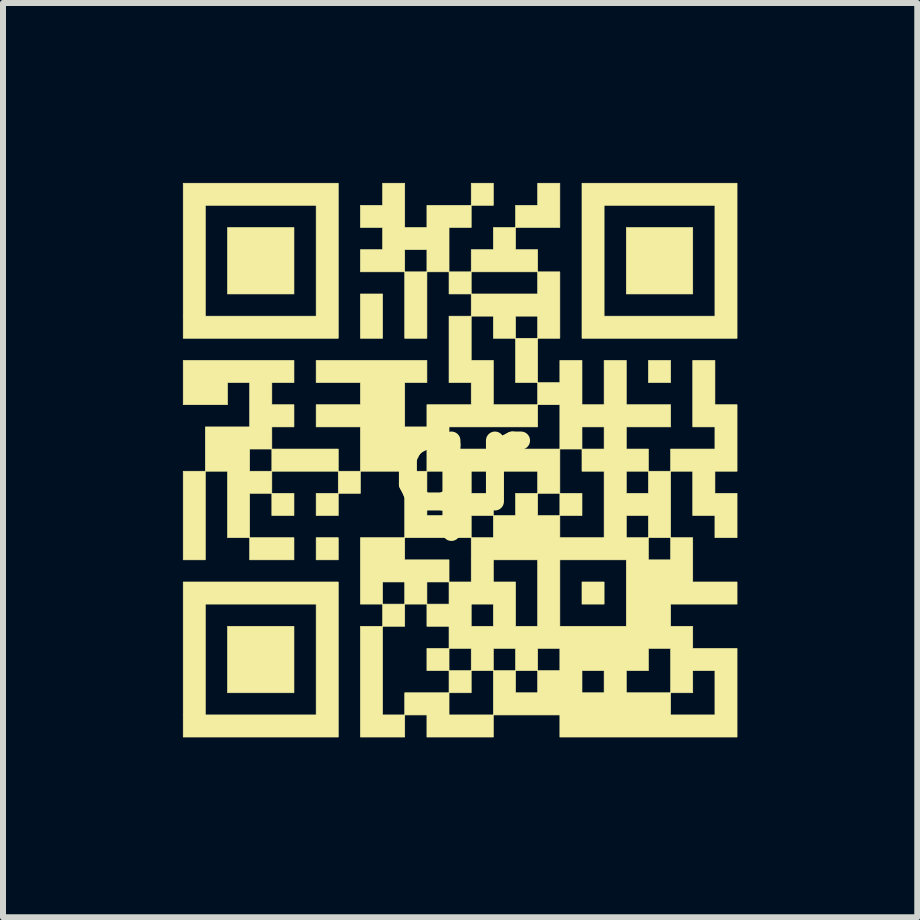
<source format=kicad_pcb>
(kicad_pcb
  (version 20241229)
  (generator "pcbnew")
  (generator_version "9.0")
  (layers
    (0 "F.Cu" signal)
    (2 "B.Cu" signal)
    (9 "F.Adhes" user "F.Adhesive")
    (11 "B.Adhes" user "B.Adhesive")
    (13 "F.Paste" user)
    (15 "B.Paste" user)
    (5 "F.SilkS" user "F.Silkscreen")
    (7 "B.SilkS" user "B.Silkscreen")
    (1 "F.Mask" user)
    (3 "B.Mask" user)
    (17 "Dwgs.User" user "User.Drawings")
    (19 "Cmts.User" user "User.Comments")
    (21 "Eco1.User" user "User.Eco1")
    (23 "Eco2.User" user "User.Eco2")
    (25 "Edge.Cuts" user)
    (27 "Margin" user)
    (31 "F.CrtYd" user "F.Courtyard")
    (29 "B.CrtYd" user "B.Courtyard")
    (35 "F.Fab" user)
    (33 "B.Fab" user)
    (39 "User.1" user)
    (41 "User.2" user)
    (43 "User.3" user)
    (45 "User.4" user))
  (footprint "qr"
    (layer "F.Cu")
    (at 4.623 4.623)
    (property "Reference" "qr" (at 0 0 0) (layer "F.SilkS") (effects (font (size 1.524 1.524) (thickness 0.3))))
    (attr through_hole)
    (fp_poly (pts (xy -4.249 1.663) (xy -4.618 1.663) (xy -4.618 0.185) (xy -4.249 0.185) (xy -4.249 1.663)) (stroke (width 0.01) (type solid)) (fill yes) (layer "F.SilkS"))
    (fp_poly (pts (xy -2.771 -2.771) (xy -3.879 -2.771) (xy -3.879 -3.879) (xy -2.771 -3.879) (xy -2.771 -2.771)) (stroke (width 0.01) (type solid)) (fill yes) (layer "F.SilkS"))
    (fp_poly (pts (xy -2.771 0.924) (xy -3.14 0.924) (xy -3.14 0.554) (xy -2.771 0.554) (xy -2.771 0.924)) (stroke (width 0.01) (type solid)) (fill yes) (layer "F.SilkS"))
    (fp_poly (pts (xy -2.771 1.293) (xy -2.771 1.663) (xy -3.51 1.663) (xy -3.51 1.293) (xy -2.771 1.293)) (stroke (width 0.01) (type solid)) (fill yes) (layer "F.SilkS"))
    (fp_poly (pts (xy -2.771 3.879) (xy -3.879 3.879) (xy -3.879 2.771) (xy -2.771 2.771) (xy -2.771 3.879)) (stroke (width 0.01) (type solid)) (fill yes) (layer "F.SilkS"))
    (fp_poly (pts (xy -2.032 0.185) (xy -1.663 0.185) (xy -1.663 0.554) (xy -2.032 0.554) (xy -2.032 0.185)) (stroke (width 0.01) (type solid)) (fill yes) (layer "F.SilkS"))
    (fp_poly (pts (xy -2.032 0.924) (xy -2.401 0.924) (xy -2.401 0.554) (xy -2.032 0.554) (xy -2.032 0.924)) (stroke (width 0.01) (type solid)) (fill yes) (layer "F.SilkS"))
    (fp_poly (pts (xy -2.032 1.663) (xy -2.401 1.663) (xy -2.401 1.293) (xy -2.032 1.293) (xy -2.032 1.663)) (stroke (width 0.01) (type solid)) (fill yes) (layer "F.SilkS"))
    (fp_poly (pts (xy -1.293 -2.032) (xy -1.663 -2.032) (xy -1.663 -2.771) (xy -1.293 -2.771) (xy -1.293 -2.032)) (stroke (width 0.01) (type solid)) (fill yes) (layer "F.SilkS"))
    (fp_poly (pts (xy -0.554 3.51) (xy -0.554 3.14) (xy -0.185 3.14) (xy -0.185 3.51) (xy -0.554 3.51)) (stroke (width 0.01) (type solid)) (fill yes) (layer "F.SilkS"))
    (fp_poly (pts (xy 0.185 -4.618) (xy 0.554 -4.618) (xy 0.554 -4.249) (xy 0.185 -4.249) (xy 0.185 -4.618)) (stroke (width 0.01) (type solid)) (fill yes) (layer "F.SilkS"))
    (fp_poly (pts (xy 0.185 -2.771) (xy -0.185 -2.771) (xy -0.185 -3.14) (xy 0.185 -3.14) (xy 0.185 -2.771)) (stroke (width 0.01) (type solid)) (fill yes) (layer "F.SilkS"))
    (fp_poly (pts (xy 0.185 3.51) (xy 0.185 3.879) (xy -0.185 3.879) (xy -0.185 3.51) (xy 0.185 3.51)) (stroke (width 0.01) (type solid)) (fill yes) (layer "F.SilkS"))
    (fp_poly (pts (xy 2.032 0.924) (xy 1.663 0.924) (xy 1.663 0.554) (xy 2.032 0.554) (xy 2.032 0.924)) (stroke (width 0.01) (type solid)) (fill yes) (layer "F.SilkS"))
    (fp_poly (pts (xy 2.401 2.401) (xy 2.032 2.401) (xy 2.032 2.032) (xy 2.401 2.032) (xy 2.401 2.401)) (stroke (width 0.01) (type solid)) (fill yes) (layer "F.SilkS"))
    (fp_poly (pts (xy 3.51 -1.293) (xy 3.14 -1.293) (xy 3.14 -1.663) (xy 3.51 -1.663) (xy 3.51 -1.293)) (stroke (width 0.01) (type solid)) (fill yes) (layer "F.SilkS"))
    (fp_poly (pts (xy 3.879 -2.771) (xy 2.771 -2.771) (xy 2.771 -3.879) (xy 3.879 -3.879) (xy 3.879 -2.771)) (stroke (width 0.01) (type solid)) (fill yes) (layer "F.SilkS"))
    (fp_poly (pts (xy 0.924 -4.249) (xy 1.293 -4.249) (xy 1.293 -4.618) (xy 1.663 -4.618) (xy 1.663 -3.879) (xy 0.924 -3.879) (xy 0.924 -4.249)) (stroke (width 0.01) (type solid)) (fill yes) (layer "F.SilkS"))
    (fp_poly (pts (xy 0.924 -3.51) (xy 1.293 -3.51) (xy 1.293 -3.14) (xy 0.185 -3.14) (xy 0.185 -3.51) (xy 0.554 -3.51) (xy 0.554 -3.879) (xy 0.924 -3.879) (xy 0.924 -3.51)) (stroke (width 0.01) (type solid)) (fill yes) (layer "F.SilkS"))
    (fp_poly (pts (xy -2.032 -2.032) (xy -4.618 -2.032) (xy -4.618 -4.249) (xy -4.249 -4.249) (xy -4.249 -2.401) (xy -2.401 -2.401) (xy -2.401 -4.249) (xy -4.249 -4.249) (xy -4.618 -4.249) (xy -4.618 -4.618) (xy -2.032 -4.618) (xy -2.032 -2.032)) (stroke (width 0.01) (type solid)) (fill yes) (layer "F.SilkS"))
    (fp_poly (pts (xy -2.032 4.618) (xy -4.618 4.618) (xy -4.618 2.401) (xy -4.249 2.401) (xy -4.249 4.249) (xy -2.401 4.249) (xy -2.401 2.401) (xy -4.249 2.401) (xy -4.618 2.401) (xy -4.618 2.032) (xy -2.032 2.032) (xy -2.032 4.618)) (stroke (width 0.01) (type solid)) (fill yes) (layer "F.SilkS"))
    (fp_poly (pts (xy 4.618 -2.032) (xy 2.032 -2.032) (xy 2.032 -4.249) (xy 2.401 -4.249) (xy 2.401 -2.401) (xy 4.249 -2.401) (xy 4.249 -4.249) (xy 2.401 -4.249) (xy 2.032 -4.249) (xy 2.032 -4.618) (xy 4.618 -4.618) (xy 4.618 -2.032)) (stroke (width 0.01) (type solid)) (fill yes) (layer "F.SilkS"))
    (fp_poly (pts (xy 3.51 -0.185) (xy 4.249 -0.185) (xy 4.249 -0.554) (xy 3.879 -0.554) (xy 3.879 -1.663) (xy 4.249 -1.663) (xy 4.249 -0.924) (xy 4.618 -0.924) (xy 4.618 0.185) (xy 4.249 0.185) (xy 4.249 0.554) (xy 4.618 0.554) (xy 4.618 1.293) (xy 4.249 1.293) (xy 4.249 0.924) (xy 3.879 0.924) (xy 3.879 0.185) (xy 3.51 0.185) (xy 3.51 -0.185)) (stroke (width 0.01) (type solid)) (fill yes) (layer "F.SilkS"))
    (fp_poly (pts (xy 0.185 -3.879) (xy -0.185 -3.879) (xy -0.185 -3.14) (xy -0.554 -3.14) (xy -0.554 -2.032) (xy -0.924 -2.032) (xy -0.924 -3.14) (xy -1.663 -3.14) (xy -1.663 -3.51) (xy -1.293 -3.51) (xy -0.924 -3.51) (xy -0.924 -3.14) (xy -0.554 -3.14) (xy -0.554 -3.51) (xy -0.924 -3.51) (xy -1.293 -3.51) (xy -1.293 -3.879) (xy -1.663 -3.879) (xy -1.663 -4.249) (xy -1.293 -4.249) (xy -1.293 -4.618) (xy -0.924 -4.618) (xy -0.924 -3.879) (xy -0.554 -3.879) (xy -0.554 -4.249) (xy 0.185 -4.249) (xy 0.185 -3.879)) (stroke (width 0.01) (type solid)) (fill yes) (layer "F.SilkS"))
    (fp_poly (pts (xy -3.879 1.293) (xy -3.879 0.185) (xy -4.249 0.185) (xy -4.249 -0.185) (xy -3.51 -0.185) (xy -3.51 0.185) (xy -3.14 0.185) (xy -3.14 -0.185) (xy -3.51 -0.185) (xy -4.249 -0.185) (xy -4.249 -0.554) (xy -3.51 -0.554) (xy -3.51 -1.293) (xy -3.879 -1.293) (xy -3.879 -0.924) (xy -4.618 -0.924) (xy -4.618 -1.663) (xy -2.771 -1.663) (xy -2.771 -1.293) (xy -3.14 -1.293) (xy -3.14 -0.924) (xy -2.771 -0.924) (xy -2.771 -0.554) (xy -3.14 -0.554) (xy -3.14 -0.185) (xy -2.032 -0.185) (xy -2.032 0.185) (xy -3.14 0.185) (xy -3.14 0.554) (xy -3.51 0.554) (xy -3.51 1.293) (xy -3.879 1.293)) (stroke (width 0.01) (type solid)) (fill yes) (layer "F.SilkS"))
    (fp_poly (pts (xy 3.51 1.293) (xy 3.879 1.293) (xy 3.879 2.032) (xy 4.618 2.032) (xy 4.618 2.401) (xy 3.51 2.401) (xy 3.51 2.771) (xy 3.879 2.771) (xy 3.879 3.14) (xy 4.618 3.14) (xy 4.618 4.618) (xy 1.663 4.618) (xy 1.663 4.249) (xy 3.51 4.249) (xy 4.249 4.249) (xy 4.249 3.51) (xy 3.879 3.51) (xy 3.879 3.879) (xy 3.51 3.879) (xy 3.51 4.249) (xy 1.663 4.249) (xy 0.554 4.249) (xy 0.554 4.618) (xy -0.554 4.618) (xy -0.554 4.249) (xy -0.924 4.249) (xy -0.924 4.618) (xy -1.663 4.618) (xy -1.663 2.771) (xy -1.293 2.771) (xy -1.293 4.249) (xy -0.924 4.249) (xy -0.924 3.879) (xy -0.185 3.879) (xy -0.185 4.249) (xy 0.554 4.249) (xy 0.554 3.51) (xy 0.185 3.51) (xy 0.185 3.14) (xy 0.554 3.14) (xy 0.554 3.51) (xy 0.924 3.51) (xy 0.924 3.879) (xy 1.293 3.879) (xy 1.293 3.51) (xy 0.924 3.51) (xy 0.924 3.14) (xy 1.293 3.14) (xy 1.293 3.51) (xy 1.663 3.51) (xy 2.032 3.51) (xy 2.032 3.879) (xy 2.401 3.879) (xy 2.401 3.51) (xy 2.771 3.51) (xy 2.771 3.879) (xy 3.51 3.879) (xy 3.51 3.14) (xy 3.14 3.14) (xy 3.14 3.51) (xy 2.771 3.51) (xy 2.401 3.51) (xy 2.032 3.51) (xy 1.663 3.51) (xy 1.663 3.14) (xy 1.293 3.14) (xy 0.924 3.14) (xy 0.554 3.14) (xy 0.185 3.14) (xy -0.185 3.14) (xy -0.185 2.771) (xy -0.554 2.771) (xy -0.554 2.401) (xy -0.924 2.401) (xy -0.924 2.771) (xy -1.293 2.771) (xy -1.293 2.401) (xy -1.663 2.401) (xy -1.663 2.032) (xy -1.293 2.032) (xy -1.293 2.401) (xy -0.924 2.401) (xy -0.924 2.032) (xy -0.554 2.032) (xy -0.554 2.401) (xy -0.185 2.401) (xy 0.185 2.401) (xy 0.185 2.771) (xy 0.554 2.771) (xy 0.554 2.401) (xy 0.185 2.401) (xy -0.185 2.401) (xy -0.185 2.032) (xy -0.554 2.032) (xy -0.924 2.032) (xy -1.293 2.032) (xy -1.663 2.032) (xy -1.663 1.293) (xy -0.924 1.293) (xy -0.924 1.663) (xy -0.185 1.663) (xy -0.185 2.032) (xy 0.185 2.032) (xy 0.185 1.663) (xy 0.554 1.663) (xy 0.554 2.032) (xy 0.924 2.032) (xy 0.924 2.771) (xy 1.293 2.771) (xy 1.293 1.663) (xy 1.663 1.663) (xy 1.663 2.771) (xy 2.771 2.771) (xy 2.771 1.663) (xy 3.14 1.663) (xy 3.51 1.663) (xy 3.51 1.293) (xy 3.14 1.293) (xy 3.14 1.663) (xy 2.771 1.663) (xy 1.663 1.663) (xy 1.293 1.663) (xy 0.554 1.663) (xy 0.185 1.663) (xy 0.185 1.293) (xy -0.924 1.293) (xy -0.924 0.185) (xy -1.663 0.185) (xy -1.663 -0.185) (xy -0.924 -0.185) (xy -0.924 0.185) (xy -0.554 0.185) (xy -0.554 0.924) (xy -0.185 0.924) (xy 0.185 0.924) (xy 0.185 1.293) (xy 0.554 1.293) (xy 0.554 0.924) (xy 0.185 0.924) (xy -0.185 0.924) (xy -0.185 0.185) (xy 0.185 0.185) (xy 0.185 0.554) (xy 0.554 0.554) (xy 0.554 0.924) (xy 0.924 0.924) (xy 1.293 0.924) (xy 1.663 0.924) (xy 1.663 1.293) (xy 2.401 1.293) (xy 2.401 0.924) (xy 2.771 0.924) (xy 2.771 1.293) (xy 3.14 1.293) (xy 3.14 0.924) (xy 2.771 0.924) (xy 2.401 0.924) (xy 2.401 0.185) (xy 2.771 0.185) (xy 2.771 0.554) (xy 3.14 0.554) (xy 3.14 0.185) (xy 2.771 0.185) (xy 2.401 0.185) (xy 2.032 0.185) (xy 2.032 -0.185) (xy 1.663 -0.185) (xy 1.663 0.554) (xy 1.293 0.554) (xy 1.293 0.924) (xy 0.924 0.924) (xy 0.924 0.554) (xy 1.293 0.554) (xy 1.293 0.185) (xy 0.185 0.185) (xy -0.185 0.185) (xy -0.554 0.185) (xy -0.554 -0.185) (xy -0.924 -0.185) (xy -1.663 -0.185) (xy -1.663 -0.554) (xy -2.401 -0.554) (xy -2.401 -0.924) (xy -1.663 -0.924) (xy -1.663 -1.293) (xy -2.401 -1.293) (xy -2.401 -1.663) (xy -0.554 -1.663) (xy -0.554 -1.293) (xy -0.924 -1.293) (xy -0.924 -0.554) (xy -0.554 -0.554) (xy -0.185 -0.554) (xy -0.185 -0.185) (xy 1.663 -0.185) (xy 1.663 -0.554) (xy 2.032 -0.554) (xy 2.032 -0.185) (xy 2.401 -0.185) (xy 2.401 -0.554) (xy 2.032 -0.554) (xy 1.663 -0.554) (xy 1.663 -0.924) (xy 1.293 -0.924) (xy 1.293 -0.554) (xy -0.185 -0.554) (xy -0.554 -0.554) (xy -0.554 -0.924) (xy 0.185 -0.924) (xy 0.185 -1.293) (xy -0.185 -1.293) (xy -0.185 -2.401) (xy 0.185 -2.401) (xy 0.185 -1.663) (xy 0.554 -1.663) (xy 0.554 -0.924) (xy 1.293 -0.924) (xy 1.293 -1.293) (xy 0.924 -1.293) (xy 0.924 -2.032) (xy 0.554 -2.032) (xy 0.554 -2.401) (xy 0.924 -2.401) (xy 0.924 -2.032) (xy 1.293 -2.032) (xy 1.293 -2.401) (xy 0.924 -2.401) (xy 0.554 -2.401) (xy 0.185 -2.401) (xy 0.185 -2.771) (xy 1.293 -2.771) (xy 1.293 -3.14) (xy 1.663 -3.14) (xy 1.663 -2.032) (xy 1.293 -2.032) (xy 1.293 -1.293) (xy 1.663 -1.293) (xy 1.663 -1.663) (xy 2.032 -1.663) (xy 2.032 -0.924) (xy 2.401 -0.924) (xy 2.401 -1.663) (xy 2.771 -1.663) (xy 2.771 -0.924) (xy 3.51 -0.924) (xy 3.51 -0.554) (xy 2.771 -0.554) (xy 2.771 -0.185) (xy 3.14 -0.185) (xy 3.14 0.185) (xy 3.51 0.185) (xy 3.51 1.293)) (stroke (width 0.01) (type solid)) (fill yes) (layer "F.SilkS")))
  (gr_rect
    (start -3 -3)
    (end 12.246 12.246)
    (stroke (width 0.1) (type default))
    (fill no)
    (layer "Edge.Cuts")))
</source>
